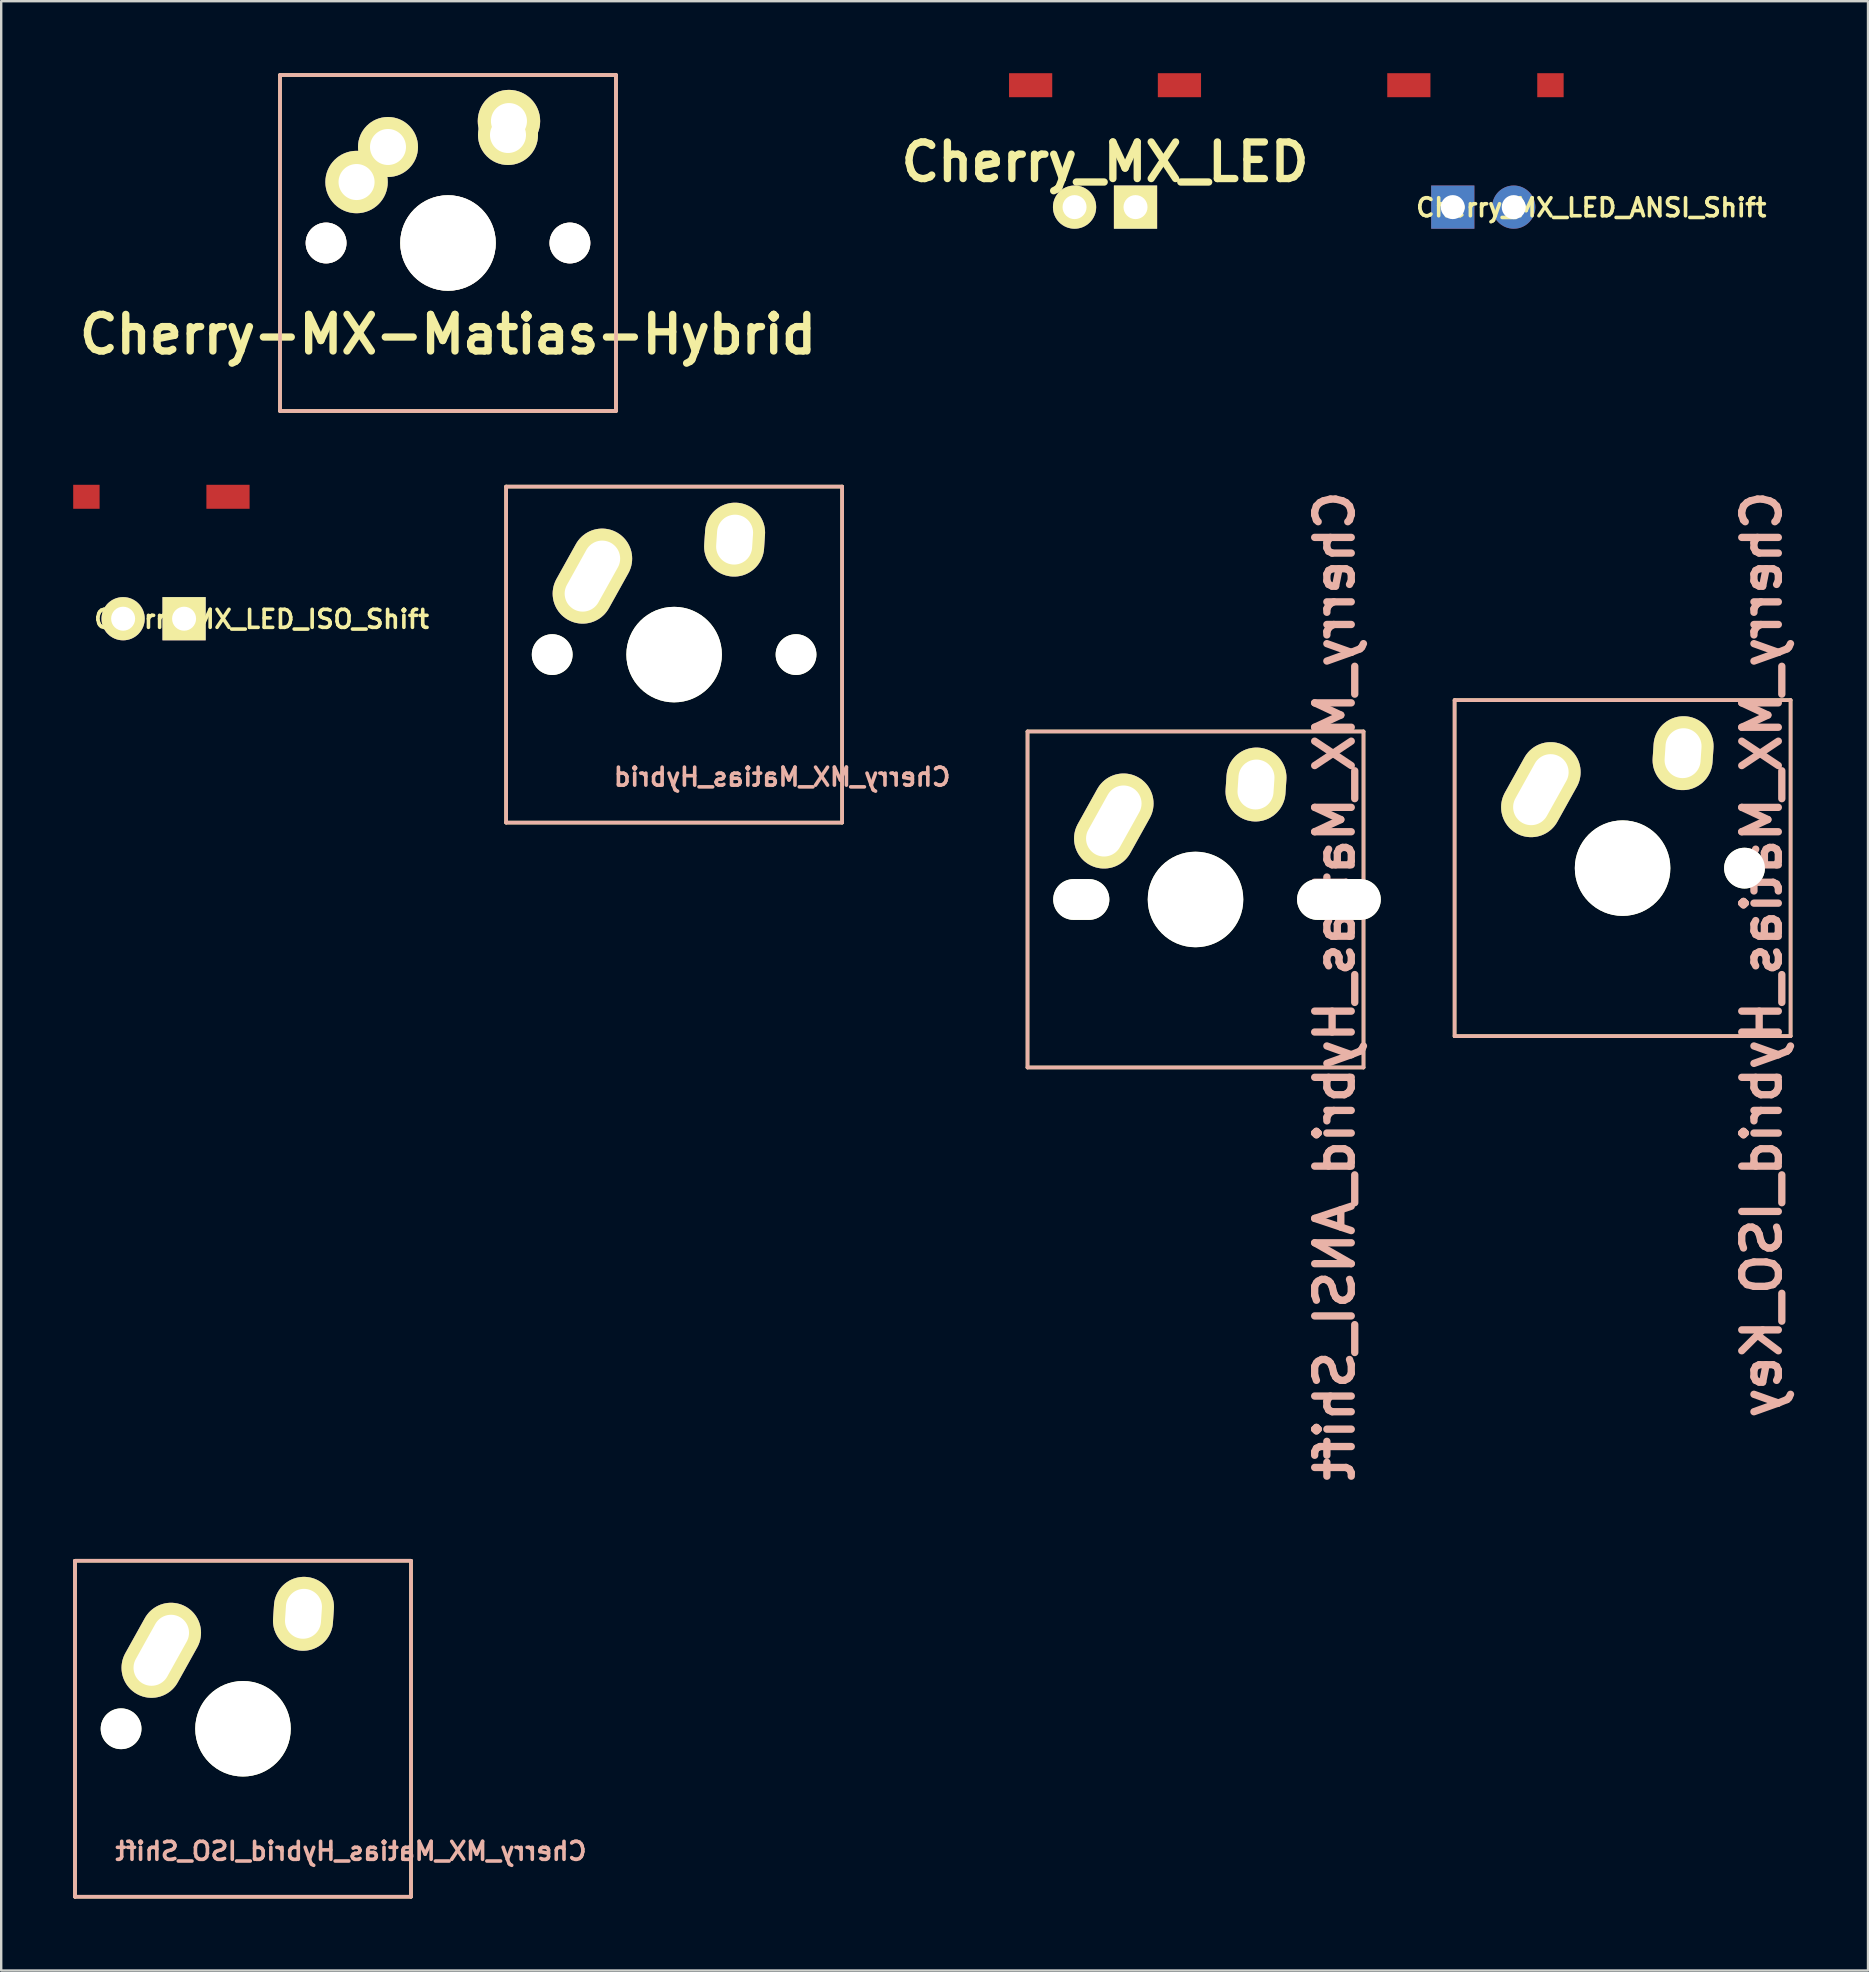
<source format=kicad_pcb>
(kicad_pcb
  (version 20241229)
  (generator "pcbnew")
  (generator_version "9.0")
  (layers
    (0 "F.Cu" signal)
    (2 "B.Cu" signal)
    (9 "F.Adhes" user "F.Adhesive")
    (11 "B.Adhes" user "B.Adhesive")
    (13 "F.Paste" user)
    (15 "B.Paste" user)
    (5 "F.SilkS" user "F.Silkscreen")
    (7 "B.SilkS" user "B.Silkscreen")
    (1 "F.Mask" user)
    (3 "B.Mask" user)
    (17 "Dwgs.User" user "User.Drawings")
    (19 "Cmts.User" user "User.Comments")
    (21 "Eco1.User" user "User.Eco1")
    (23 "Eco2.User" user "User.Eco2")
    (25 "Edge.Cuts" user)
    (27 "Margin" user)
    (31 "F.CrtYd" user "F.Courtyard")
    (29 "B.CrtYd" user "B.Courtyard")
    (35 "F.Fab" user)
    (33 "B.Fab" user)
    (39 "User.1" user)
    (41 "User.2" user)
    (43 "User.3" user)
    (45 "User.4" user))
  (footprint "Cherry_MX_Matias_Hybrid_ANSI_Shift"
    (layer "F.Cu")
    (at 46.764 34.429)
    (property "Reference" "Cherry_MX_Matias_Hybrid_ANSI_Shift" (at 5.8 3.6 90) (layer "B.SilkS") (effects (font (size 1.524 1.524) (thickness 0.305)) (justify mirror)))
    (attr through_hole)
    (fp_line (start -7 -7) (end 7 -7) (stroke (width 0.15) (type solid)) (layer "F.SilkS"))
    (fp_line (start -7 7) (end -7 -7) (stroke (width 0.15) (type solid)) (layer "F.SilkS"))
    (fp_line (start 7 -7) (end 7 7) (stroke (width 0.15) (type solid)) (layer "F.SilkS"))
    (fp_line (start 7 7) (end -7 7) (stroke (width 0.15) (type solid)) (layer "F.SilkS"))
    (fp_line (start -7 -7) (end 7 -7) (stroke (width 0.15) (type solid)) (layer "B.SilkS"))
    (fp_line (start -7 7) (end -7 -7) (stroke (width 0.15) (type solid)) (layer "B.SilkS"))
    (fp_line (start 7 -7) (end 7 7) (stroke (width 0.15) (type solid)) (layer "B.SilkS"))
    (fp_line (start 7 7) (end -7 7) (stroke (width 0.15) (type solid)) (layer "B.SilkS"))
    (pad "" np_thru_hole oval (at -4.76 0) (size 2.339 1.699) (drill oval 2.339 1.699) (layers "*.Cu" "*.Mask" "F.SilkS"))
    (pad "" np_thru_hole circle (at 0 0) (size 3.98 3.98) (drill 3.98) (layers "*.Cu" "*.Mask" "F.SilkS"))
    (pad "" np_thru_hole oval (at 5.975 0) (size 3.489 1.699) (drill oval 3.489 1.699) (layers "*.Cu" "*.Mask" "F.SilkS"))
    (pad "1" thru_hole oval (at -3.405 -3.27 330.9) (size 2.5 4.17) (drill oval 1.5 3.17) (layers "*.Cu" "*.Mask" "F.SilkS"))
    (pad "2" thru_hole oval (at 2.52 -4.79 356.1) (size 2.5 3.08) (drill oval 1.5 2.08) (layers "*.Cu" "*.Mask" "F.SilkS")))
  (footprint "Cherry_MX_LED"
    (layer "F.Cu")
    (at 42.994 0.5)
    (property "Reference" "Cherry_MX_LED" (at 0 3.2 0) (layer "F.SilkS") (effects (font (size 1.524 1.524) (thickness 0.305))))
    (attr through_hole)
    (pad "1" smd rect (at -3.1 0) (size 1.8 1) (layers "F.Cu" "F.Mask" "F.Paste"))
    (pad "1" thru_hole circle (at -1.27 5.08) (size 1.8 1.8) (drill 1) (layers "*.Cu" "*.Mask" "F.SilkS"))
    (pad "2" thru_hole rect (at 1.27 5.08) (size 1.8 1.8) (drill 1) (layers "*.Cu" "*.Mask" "F.SilkS"))
    (pad "2" smd rect (at 3.1 0) (size 1.8 1) (layers "F.Cu" "F.Mask" "F.Paste")))
  (footprint "Cherry_MX_LED_ISO_Shift"
    (layer "F.Cu")
    (at 3.35 17.65)
    (property "Reference" "Cherry_MX_LED_ISO_Shift" (at 4.5 5.1 0) (layer "F.SilkS") (effects (font (size 0.75 0.75) (thickness 0.15))))
    (attr through_hole)
    (pad "1" smd rect (at -2.8 0) (size 1.1 1) (layers "F.Cu" "F.Mask" "F.Paste"))
    (pad "1" thru_hole circle (at -1.27 5.08) (size 1.8 1.8) (drill 1) (layers "*.Cu" "*.Mask" "F.SilkS"))
    (pad "2" thru_hole rect (at 1.27 5.08) (size 1.8 1.8) (drill 1) (layers "*.Cu" "*.Mask" "F.SilkS"))
    (pad "2" smd rect (at 3.1 0) (size 1.8 1) (layers "F.Cu" "F.Mask" "F.Paste")))
  (footprint "Cherry_MX_Matias_Hybrid"
    (layer "F.Cu")
    (at 25.039 24.225)
    (property "Reference" "Cherry_MX_Matias_Hybrid" (at 4.5 5.1 0) (layer "B.SilkS") (effects (font (size 0.75 0.75) (thickness 0.15)) (justify mirror)))
    (attr through_hole)
    (fp_line (start -7 -7) (end 7 -7) (stroke (width 0.15) (type solid)) (layer "F.SilkS"))
    (fp_line (start -7 7) (end -7 -7) (stroke (width 0.15) (type solid)) (layer "F.SilkS"))
    (fp_line (start 7 -7) (end 7 7) (stroke (width 0.15) (type solid)) (layer "F.SilkS"))
    (fp_line (start 7 7) (end -7 7) (stroke (width 0.15) (type solid)) (layer "F.SilkS"))
    (fp_line (start -7 -7) (end 7 -7) (stroke (width 0.15) (type solid)) (layer "B.SilkS"))
    (fp_line (start -7 7) (end -7 -7) (stroke (width 0.15) (type solid)) (layer "B.SilkS"))
    (fp_line (start 7 -7) (end 7 7) (stroke (width 0.15) (type solid)) (layer "B.SilkS"))
    (fp_line (start 7 7) (end -7 7) (stroke (width 0.15) (type solid)) (layer "B.SilkS"))
    (pad "" np_thru_hole circle (at -5.08 0) (size 1.699 1.699) (drill 1.699) (layers "*.Cu" "*.Mask" "F.SilkS"))
    (pad "" np_thru_hole circle (at 0 0) (size 3.98 3.98) (drill 3.98) (layers "*.Cu" "*.Mask" "F.SilkS"))
    (pad "" np_thru_hole circle (at 5.08 0) (size 1.699 1.699) (drill 1.699) (layers "*.Cu" "*.Mask" "F.SilkS"))
    (pad "1" thru_hole oval (at -3.405 -3.27 330.9) (size 2.5 4.17) (drill oval 1.5 3.17) (layers "*.Cu" "*.Mask" "F.SilkS"))
    (pad "2" thru_hole oval (at 2.52 -4.79 356.1) (size 2.5 3.08) (drill oval 1.5 2.08) (layers "*.Cu" "*.Mask" "F.SilkS")))
  (footprint "Cherry_MX_LED_ANSI_Shift"
    (layer "F.Cu")
    (at 58.753 0.5)
    (property "Reference" "Cherry_MX_LED_ANSI_Shift" (at 4.5 5.1 0) (layer "F.SilkS") (effects (font (size 0.75 0.75) (thickness 0.15))))
    (attr through_hole)
    (fp_circle (center -1.27 5.08) (end -3.27 5.08) (stroke (width 0.01) (type solid)) (fill no) (layer "Eco1.User"))
    (fp_circle (center 1.27 5.08) (end 3.27 5.08) (stroke (width 0.01) (type solid)) (fill no) (layer "Eco1.User"))
    (pad "1" smd rect (at -3.1 0) (size 1.8 1) (layers "F.Cu" "F.Mask"))
    (pad "1" thru_hole rect (at -1.27 5.08) (size 1.8 1.8) (drill 1) (layers "*.Cu" "*.Mask"))
    (pad "2" thru_hole circle (at 1.27 5.08) (size 1.8 1.8) (drill 1) (layers "*.Cu" "*.Mask"))
    (pad "2" smd rect (at 2.8 0) (size 1.1 1) (layers "F.Cu" "F.Mask")))
  (footprint "Cherry_MX_Matias_Hybrid_ISO_Key"
    (layer "F.Cu")
    (at 64.559 33.123)
    (property "Reference" "Cherry_MX_Matias_Hybrid_ISO_Key" (at 5.8 3.6 90) (layer "B.SilkS") (effects (font (size 1.524 1.524) (thickness 0.305)) (justify mirror)))
    (attr through_hole)
    (fp_line (start -7 -7) (end 7 -7) (stroke (width 0.15) (type solid)) (layer "F.SilkS"))
    (fp_line (start -7 7) (end -7 -7) (stroke (width 0.15) (type solid)) (layer "F.SilkS"))
    (fp_line (start 7 -7) (end 7 7) (stroke (width 0.15) (type solid)) (layer "F.SilkS"))
    (fp_line (start 7 7) (end -7 7) (stroke (width 0.15) (type solid)) (layer "F.SilkS"))
    (fp_line (start -7 -7) (end 7 -7) (stroke (width 0.15) (type solid)) (layer "B.SilkS"))
    (fp_line (start -7 7) (end -7 -7) (stroke (width 0.15) (type solid)) (layer "B.SilkS"))
    (fp_line (start 7 -7) (end 7 7) (stroke (width 0.15) (type solid)) (layer "B.SilkS"))
    (fp_line (start 7 7) (end -7 7) (stroke (width 0.15) (type solid)) (layer "B.SilkS"))
    (pad "" np_thru_hole circle (at 0 0) (size 3.98 3.98) (drill 3.98) (layers "*.Cu" "*.Mask" "F.SilkS"))
    (pad "" np_thru_hole circle (at 5.08 0) (size 1.699 1.699) (drill 1.699) (layers "*.Cu" "*.Mask" "F.SilkS"))
    (pad "1" thru_hole oval (at -3.405 -3.27 330.9) (size 2.5 4.17) (drill oval 1.5 3.17) (layers "*.Cu" "*.Mask" "F.SilkS"))
    (pad "2" thru_hole oval (at 2.52 -4.79 356.1) (size 2.5 3.08) (drill oval 1.5 2.08) (layers "*.Cu" "*.Mask" "F.SilkS")))
  (footprint "Cherry-MX-Matias-Hybrid"
    (layer "F.Cu")
    (at 15.617 7.075)
    (property "Reference" "Cherry-MX-Matias-Hybrid" (at 0 3.81 0) (layer "F.SilkS") (effects (font (size 1.524 1.524) (thickness 0.305))))
    (attr through_hole)
    (fp_line (start -7 -7) (end 7 -7) (stroke (width 0.15) (type solid)) (layer "F.SilkS"))
    (fp_line (start -7 7) (end -7 -7) (stroke (width 0.15) (type solid)) (layer "F.SilkS"))
    (fp_line (start 7 -7) (end 7 7) (stroke (width 0.15) (type solid)) (layer "F.SilkS"))
    (fp_line (start 7 7) (end -7 7) (stroke (width 0.15) (type solid)) (layer "F.SilkS"))
    (fp_line (start -7 -7) (end 7 -7) (stroke (width 0.15) (type solid)) (layer "B.SilkS"))
    (fp_line (start -7 7) (end -7 -7) (stroke (width 0.15) (type solid)) (layer "B.SilkS"))
    (fp_line (start 7 -7) (end 7 7) (stroke (width 0.15) (type solid)) (layer "B.SilkS"))
    (fp_line (start 7 7) (end -7 7) (stroke (width 0.15) (type solid)) (layer "B.SilkS"))
    (pad "" thru_hole circle (at -5.08 0) (size 1.699 1.699) (drill 1.699) (layers "*.Cu" "*.Mask" "F.SilkS"))
    (pad "" thru_hole circle (at 0 0) (size 3.98 3.98) (drill 3.98) (layers "*.Cu" "*.Mask" "F.SilkS"))
    (pad "" thru_hole circle (at 5.08 0) (size 1.699 1.699) (drill 1.699) (layers "*.Cu" "*.Mask" "F.SilkS"))
    (pad "1" thru_hole circle (at -3.81 -2.54) (size 2.6 2.6) (drill 1.501) (layers "*.Cu" "*.Mask" "F.SilkS"))
    (pad "1" thru_hole circle (at -2.5 -4) (size 2.5 2.5) (drill 1.5) (layers "*.Cu" "*.Mask" "F.SilkS"))
    (pad "2" thru_hole circle (at 2.5 -4.5) (size 2.5 2.5) (drill 1.5) (layers "*.Cu" "*.Mask" "F.SilkS"))
    (pad "2" thru_hole circle (at 2.54 -5.08) (size 2.6 2.6) (drill 1.501) (layers "*.Cu" "*.Mask" "F.SilkS")))
  (footprint "Cherry_MX_Matias_Hybrid_ISO_Shift"
    (layer "F.Cu")
    (at 7.075 68.983)
    (property "Reference" "Cherry_MX_Matias_Hybrid_ISO_Shift" (at 4.5 5.1 180) (layer "B.SilkS") (effects (font (size 0.75 0.75) (thickness 0.15)) (justify mirror)))
    (attr through_hole)
    (fp_line (start -7 -7) (end 7 -7) (stroke (width 0.15) (type solid)) (layer "F.SilkS"))
    (fp_line (start -7 7) (end -7 -7) (stroke (width 0.15) (type solid)) (layer "F.SilkS"))
    (fp_line (start 7 -7) (end 7 7) (stroke (width 0.15) (type solid)) (layer "F.SilkS"))
    (fp_line (start 7 7) (end -7 7) (stroke (width 0.15) (type solid)) (layer "F.SilkS"))
    (fp_line (start -7 -7) (end 7 -7) (stroke (width 0.15) (type solid)) (layer "B.SilkS"))
    (fp_line (start -7 7) (end -7 -7) (stroke (width 0.15) (type solid)) (layer "B.SilkS"))
    (fp_line (start 7 -7) (end 7 7) (stroke (width 0.15) (type solid)) (layer "B.SilkS"))
    (fp_line (start 7 7) (end -7 7) (stroke (width 0.15) (type solid)) (layer "B.SilkS"))
    (pad "" np_thru_hole circle (at -5.08 0) (size 1.699 1.699) (drill 1.699) (layers "*.Cu" "*.Mask" "F.SilkS"))
    (pad "" np_thru_hole circle (at 0 0) (size 3.98 3.98) (drill 3.98) (layers "*.Cu" "*.Mask" "F.SilkS"))
    (pad "1" thru_hole oval (at -3.405 -3.27 330.9) (size 2.5 4.17) (drill oval 1.5 3.17) (layers "*.Cu" "*.Mask" "F.SilkS"))
    (pad "2" thru_hole oval (at 2.52 -4.79 356.1) (size 2.5 3.08) (drill oval 1.5 2.08) (layers "*.Cu" "*.Mask" "F.SilkS")))
  (gr_rect
    (start -3 -3)
    (end 74.785 79.058)
    (stroke (width 0.1) (type default))
    (fill no)
    (layer "Edge.Cuts")))
</source>
